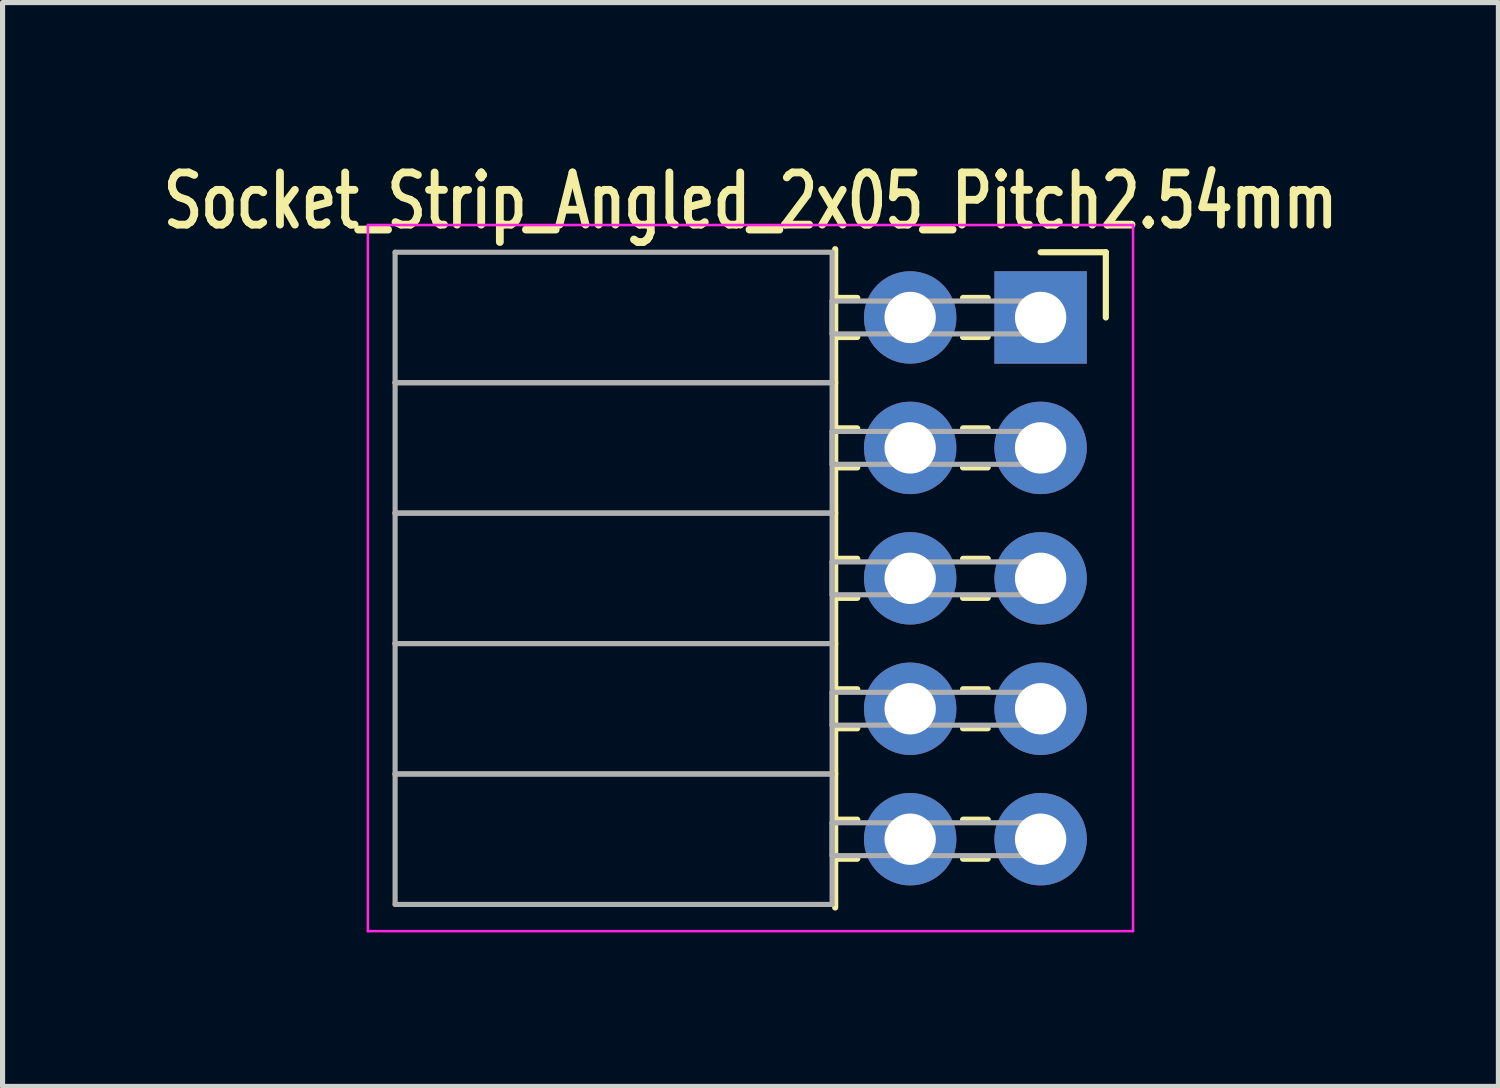
<source format=kicad_pcb>
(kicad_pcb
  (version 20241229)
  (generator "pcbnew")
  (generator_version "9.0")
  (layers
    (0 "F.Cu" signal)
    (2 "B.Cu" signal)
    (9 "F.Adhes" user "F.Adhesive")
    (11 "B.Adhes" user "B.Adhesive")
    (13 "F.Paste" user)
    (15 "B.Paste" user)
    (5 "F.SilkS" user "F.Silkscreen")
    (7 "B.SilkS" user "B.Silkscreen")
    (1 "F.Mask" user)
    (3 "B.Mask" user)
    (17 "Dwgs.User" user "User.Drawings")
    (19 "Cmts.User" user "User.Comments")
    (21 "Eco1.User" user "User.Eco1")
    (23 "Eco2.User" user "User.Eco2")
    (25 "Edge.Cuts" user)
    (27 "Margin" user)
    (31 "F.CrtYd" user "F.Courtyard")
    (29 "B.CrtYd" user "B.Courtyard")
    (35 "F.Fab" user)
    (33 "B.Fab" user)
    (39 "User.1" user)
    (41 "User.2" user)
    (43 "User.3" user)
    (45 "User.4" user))
  (footprint "Socket_Strip_Angled_2x05_Pitch2.54mm"
    (layer "F.Cu")
    (at 17.214 3.132)
    (property "Reference" "Socket_Strip_Angled_2x05_Pitch2.54mm" (at -5.65 -2.27 0) (layer "F.SilkS") (effects (font (size 1.016 0.762) (thickness 0.152))))
    (attr through_hole)
    (fp_line (start -4 -1.33) (end -4 1.27) (stroke (width 0.12) (type solid)) (layer "F.SilkS"))
    (fp_line (start -4 1.27) (end -4 3.81) (stroke (width 0.12) (type solid)) (layer "F.SilkS"))
    (fp_line (start -4 3.81) (end -4 6.35) (stroke (width 0.12) (type solid)) (layer "F.SilkS"))
    (fp_line (start -4 6.35) (end -4 8.89) (stroke (width 0.12) (type solid)) (layer "F.SilkS"))
    (fp_line (start -4 8.89) (end -4 11.49) (stroke (width 0.12) (type solid)) (layer "F.SilkS"))
    (fp_line (start -3.57 -0.38) (end -4 -0.38) (stroke (width 0.12) (type solid)) (layer "F.SilkS"))
    (fp_line (start -3.57 0.38) (end -4 0.38) (stroke (width 0.12) (type solid)) (layer "F.SilkS"))
    (fp_line (start -3.57 2.16) (end -4 2.16) (stroke (width 0.12) (type solid)) (layer "F.SilkS"))
    (fp_line (start -3.57 2.92) (end -4 2.92) (stroke (width 0.12) (type solid)) (layer "F.SilkS"))
    (fp_line (start -3.57 4.7) (end -4 4.7) (stroke (width 0.12) (type solid)) (layer "F.SilkS"))
    (fp_line (start -3.57 5.46) (end -4 5.46) (stroke (width 0.12) (type solid)) (layer "F.SilkS"))
    (fp_line (start -3.57 7.24) (end -4 7.24) (stroke (width 0.12) (type solid)) (layer "F.SilkS"))
    (fp_line (start -3.57 8) (end -4 8) (stroke (width 0.12) (type solid)) (layer "F.SilkS"))
    (fp_line (start -3.57 9.78) (end -4 9.78) (stroke (width 0.12) (type solid)) (layer "F.SilkS"))
    (fp_line (start -3.57 10.54) (end -4 10.54) (stroke (width 0.12) (type solid)) (layer "F.SilkS"))
    (fp_line (start -1.03 -0.38) (end -1.51 -0.38) (stroke (width 0.12) (type solid)) (layer "F.SilkS"))
    (fp_line (start -1.03 0.38) (end -1.51 0.38) (stroke (width 0.12) (type solid)) (layer "F.SilkS"))
    (fp_line (start -1.03 2.16) (end -1.51 2.16) (stroke (width 0.12) (type solid)) (layer "F.SilkS"))
    (fp_line (start -1.03 2.92) (end -1.51 2.92) (stroke (width 0.12) (type solid)) (layer "F.SilkS"))
    (fp_line (start -1.03 4.7) (end -1.51 4.7) (stroke (width 0.12) (type solid)) (layer "F.SilkS"))
    (fp_line (start -1.03 5.46) (end -1.51 5.46) (stroke (width 0.12) (type solid)) (layer "F.SilkS"))
    (fp_line (start -1.03 7.24) (end -1.51 7.24) (stroke (width 0.12) (type solid)) (layer "F.SilkS"))
    (fp_line (start -1.03 8) (end -1.51 8) (stroke (width 0.12) (type solid)) (layer "F.SilkS"))
    (fp_line (start -1.03 9.78) (end -1.51 9.78) (stroke (width 0.12) (type solid)) (layer "F.SilkS"))
    (fp_line (start -1.03 10.54) (end -1.51 10.54) (stroke (width 0.12) (type solid)) (layer "F.SilkS"))
    (fp_line (start 0 -1.27) (end 1.27 -1.27) (stroke (width 0.12) (type solid)) (layer "F.SilkS"))
    (fp_line (start 1.27 -1.27) (end 1.27 0) (stroke (width 0.12) (type solid)) (layer "F.SilkS"))
    (fp_line (start -13.1 -1.8) (end 1.8 -1.8) (stroke (width 0.05) (type solid)) (layer "F.CrtYd"))
    (fp_line (start -13.1 11.95) (end -13.1 -1.8) (stroke (width 0.05) (type solid)) (layer "F.CrtYd"))
    (fp_line (start 1.8 -1.8) (end 1.8 11.95) (stroke (width 0.05) (type solid)) (layer "F.CrtYd"))
    (fp_line (start 1.8 11.95) (end -13.1 11.95) (stroke (width 0.05) (type solid)) (layer "F.CrtYd"))
    (fp_line (start -12.57 -1.27) (end -4.06 -1.27) (stroke (width 0.1) (type solid)) (layer "F.Fab"))
    (fp_line (start -12.57 1.27) (end -12.57 -1.27) (stroke (width 0.1) (type solid)) (layer "F.Fab"))
    (fp_line (start -12.57 1.27) (end -4.06 1.27) (stroke (width 0.1) (type solid)) (layer "F.Fab"))
    (fp_line (start -12.57 3.81) (end -12.57 1.27) (stroke (width 0.1) (type solid)) (layer "F.Fab"))
    (fp_line (start -12.57 3.81) (end -4.06 3.81) (stroke (width 0.1) (type solid)) (layer "F.Fab"))
    (fp_line (start -12.57 6.35) (end -12.57 3.81) (stroke (width 0.1) (type solid)) (layer "F.Fab"))
    (fp_line (start -12.57 6.35) (end -4.06 6.35) (stroke (width 0.1) (type solid)) (layer "F.Fab"))
    (fp_line (start -12.57 8.89) (end -12.57 6.35) (stroke (width 0.1) (type solid)) (layer "F.Fab"))
    (fp_line (start -12.57 8.89) (end -4.06 8.89) (stroke (width 0.1) (type solid)) (layer "F.Fab"))
    (fp_line (start -12.57 11.43) (end -12.57 8.89) (stroke (width 0.1) (type solid)) (layer "F.Fab"))
    (fp_line (start -4.06 -1.27) (end -4.06 1.27) (stroke (width 0.1) (type solid)) (layer "F.Fab"))
    (fp_line (start -4.06 -0.32) (end 0 -0.32) (stroke (width 0.1) (type solid)) (layer "F.Fab"))
    (fp_line (start -4.06 0.32) (end -4.06 -0.32) (stroke (width 0.1) (type solid)) (layer "F.Fab"))
    (fp_line (start -4.06 1.27) (end -12.57 1.27) (stroke (width 0.1) (type solid)) (layer "F.Fab"))
    (fp_line (start -4.06 1.27) (end -4.06 3.81) (stroke (width 0.1) (type solid)) (layer "F.Fab"))
    (fp_line (start -4.06 2.22) (end 0 2.22) (stroke (width 0.1) (type solid)) (layer "F.Fab"))
    (fp_line (start -4.06 2.86) (end -4.06 2.22) (stroke (width 0.1) (type solid)) (layer "F.Fab"))
    (fp_line (start -4.06 3.81) (end -12.57 3.81) (stroke (width 0.1) (type solid)) (layer "F.Fab"))
    (fp_line (start -4.06 3.81) (end -4.06 6.35) (stroke (width 0.1) (type solid)) (layer "F.Fab"))
    (fp_line (start -4.06 4.76) (end 0 4.76) (stroke (width 0.1) (type solid)) (layer "F.Fab"))
    (fp_line (start -4.06 5.4) (end -4.06 4.76) (stroke (width 0.1) (type solid)) (layer "F.Fab"))
    (fp_line (start -4.06 6.35) (end -12.57 6.35) (stroke (width 0.1) (type solid)) (layer "F.Fab"))
    (fp_line (start -4.06 6.35) (end -4.06 8.89) (stroke (width 0.1) (type solid)) (layer "F.Fab"))
    (fp_line (start -4.06 7.3) (end 0 7.3) (stroke (width 0.1) (type solid)) (layer "F.Fab"))
    (fp_line (start -4.06 7.94) (end -4.06 7.3) (stroke (width 0.1) (type solid)) (layer "F.Fab"))
    (fp_line (start -4.06 8.89) (end -12.57 8.89) (stroke (width 0.1) (type solid)) (layer "F.Fab"))
    (fp_line (start -4.06 8.89) (end -4.06 11.43) (stroke (width 0.1) (type solid)) (layer "F.Fab"))
    (fp_line (start -4.06 9.84) (end 0 9.84) (stroke (width 0.1) (type solid)) (layer "F.Fab"))
    (fp_line (start -4.06 10.48) (end -4.06 9.84) (stroke (width 0.1) (type solid)) (layer "F.Fab"))
    (fp_line (start -4.06 11.43) (end -12.57 11.43) (stroke (width 0.1) (type solid)) (layer "F.Fab"))
    (fp_line (start 0 -0.32) (end 0 0.32) (stroke (width 0.1) (type solid)) (layer "F.Fab"))
    (fp_line (start 0 0.32) (end -4.06 0.32) (stroke (width 0.1) (type solid)) (layer "F.Fab"))
    (fp_line (start 0 2.22) (end 0 2.86) (stroke (width 0.1) (type solid)) (layer "F.Fab"))
    (fp_line (start 0 2.86) (end -4.06 2.86) (stroke (width 0.1) (type solid)) (layer "F.Fab"))
    (fp_line (start 0 4.76) (end 0 5.4) (stroke (width 0.1) (type solid)) (layer "F.Fab"))
    (fp_line (start 0 5.4) (end -4.06 5.4) (stroke (width 0.1) (type solid)) (layer "F.Fab"))
    (fp_line (start 0 7.3) (end 0 7.94) (stroke (width 0.1) (type solid)) (layer "F.Fab"))
    (fp_line (start 0 7.94) (end -4.06 7.94) (stroke (width 0.1) (type solid)) (layer "F.Fab"))
    (fp_line (start 0 9.84) (end 0 10.48) (stroke (width 0.1) (type solid)) (layer "F.Fab"))
    (fp_line (start 0 10.48) (end -4.06 10.48) (stroke (width 0.1) (type solid)) (layer "F.Fab"))
    (pad "1" thru_hole rect (at 0 0) (size 1.8 1.8) (drill 1) (layers "*.Cu" "*.Mask"))
    (pad "2" thru_hole oval (at -2.54 0) (size 1.8 1.8) (drill 1) (layers "*.Cu" "*.Mask"))
    (pad "3" thru_hole oval (at 0 2.54) (size 1.8 1.8) (drill 1) (layers "*.Cu" "*.Mask"))
    (pad "4" thru_hole oval (at -2.54 2.54) (size 1.8 1.8) (drill 1) (layers "*.Cu" "*.Mask"))
    (pad "5" thru_hole oval (at 0 5.08) (size 1.8 1.8) (drill 1) (layers "*.Cu" "*.Mask"))
    (pad "6" thru_hole oval (at -2.54 5.08) (size 1.8 1.8) (drill 1) (layers "*.Cu" "*.Mask"))
    (pad "7" thru_hole oval (at 0 7.62) (size 1.8 1.8) (drill 1) (layers "*.Cu" "*.Mask"))
    (pad "8" thru_hole oval (at -2.54 7.62) (size 1.8 1.8) (drill 1) (layers "*.Cu" "*.Mask"))
    (pad "9" thru_hole oval (at 0 10.16) (size 1.8 1.8) (drill 1) (layers "*.Cu" "*.Mask"))
    (pad "10" thru_hole oval (at -2.54 10.16) (size 1.8 1.8) (drill 1) (layers "*.Cu" "*.Mask")))
  (gr_rect
    (start -3 -3)
    (end 26.129 18.107)
    (stroke (width 0.1) (type default))
    (fill no)
    (layer "Edge.Cuts")))
</source>
